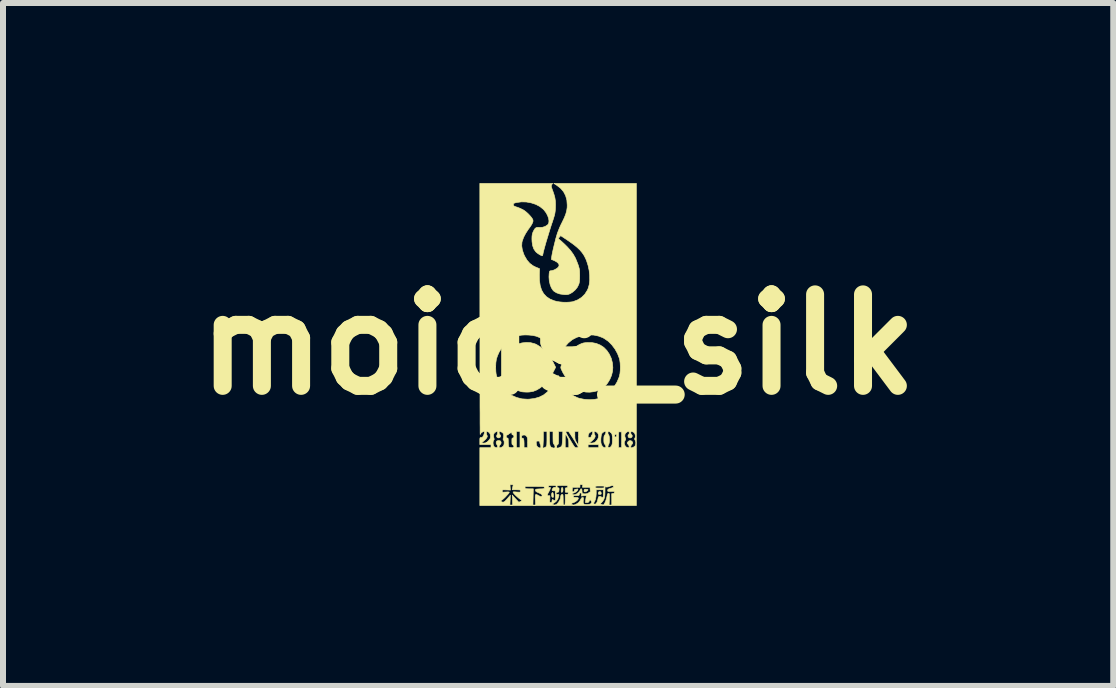
<source format=kicad_pcb>
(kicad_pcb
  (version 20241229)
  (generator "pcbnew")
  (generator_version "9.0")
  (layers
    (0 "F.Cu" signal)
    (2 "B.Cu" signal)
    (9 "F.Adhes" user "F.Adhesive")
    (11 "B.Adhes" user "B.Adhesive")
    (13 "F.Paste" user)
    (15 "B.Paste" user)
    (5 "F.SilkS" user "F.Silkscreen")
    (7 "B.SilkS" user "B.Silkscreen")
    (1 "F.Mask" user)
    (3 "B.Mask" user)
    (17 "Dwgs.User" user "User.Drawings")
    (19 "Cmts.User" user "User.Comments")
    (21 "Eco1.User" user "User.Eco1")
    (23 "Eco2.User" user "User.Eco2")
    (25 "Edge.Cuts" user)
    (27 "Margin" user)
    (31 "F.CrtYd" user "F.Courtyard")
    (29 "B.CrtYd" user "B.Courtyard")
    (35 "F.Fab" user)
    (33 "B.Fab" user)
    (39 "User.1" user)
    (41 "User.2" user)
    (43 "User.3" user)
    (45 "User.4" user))
  (footprint "moids_silk"
    (layer "F.Cu")
    (at 6.248 2.689)
    (property "Reference" "moids_silk" (at 0 0 0) (layer "F.SilkS") (effects (font (size 1.524 1.524) (thickness 0.3))))
    (attr through_hole)
    (fp_poly (pts (xy -0.084 2.476) (xy -0.079 2.497) (xy -0.078 2.509) (xy -0.077 2.534) (xy -0.081 2.546) (xy -0.088 2.548) (xy -0.1 2.541) (xy -0.107 2.527) (xy -0.109 2.505) (xy -0.106 2.483) (xy -0.099 2.469) (xy -0.091 2.466) (xy -0.084 2.476)) (stroke (width 0.01) (type solid)) (fill yes) (layer "F.SilkS"))
    (fp_poly (pts (xy 0.711 2.455) (xy 0.717 2.469) (xy 0.718 2.474) (xy 0.718 2.491) (xy 0.71 2.497) (xy 0.694 2.498) (xy 0.676 2.496) (xy 0.67 2.488) (xy 0.67 2.474) (xy 0.676 2.457) (xy 0.69 2.451) (xy 0.694 2.451) (xy 0.711 2.455)) (stroke (width 0.01) (type solid)) (fill yes) (layer "F.SilkS"))
    (fp_poly (pts (xy 0.077 2.39) (xy 0.081 2.408) (xy 0.081 2.429) (xy 0.077 2.449) (xy 0.068 2.461) (xy 0.065 2.462) (xy 0.056 2.462) (xy 0.052 2.454) (xy 0.052 2.434) (xy 0.052 2.424) (xy 0.056 2.398) (xy 0.062 2.385) (xy 0.068 2.383) (xy 0.077 2.39)) (stroke (width 0.01) (type solid)) (fill yes) (layer "F.SilkS"))
    (fp_poly (pts (xy 0.466 2.412) (xy 0.486 2.414) (xy 0.498 2.417) (xy 0.498 2.417) (xy 0.497 2.426) (xy 0.486 2.437) (xy 0.47 2.449) (xy 0.454 2.455) (xy 0.451 2.455) (xy 0.436 2.453) (xy 0.433 2.441) (xy 0.433 2.432) (xy 0.437 2.417) (xy 0.447 2.411) (xy 0.466 2.412)) (stroke (width 0.01) (type solid)) (fill yes) (layer "F.SilkS"))
    (fp_poly (pts (xy -0.457 -0.03) (xy -0.389 -0.012) (xy -0.364 -0.002) (xy -0.289 0.044) (xy -0.219 0.104) (xy -0.155 0.178) (xy -0.1 0.263) (xy -0.076 0.309) (xy -0.041 0.38) (xy -0.076 0.449) (xy -0.109 0.511) (xy -0.141 0.562) (xy -0.175 0.607) (xy -0.215 0.65) (xy -0.234 0.669) (xy -0.295 0.721) (xy -0.354 0.757) (xy -0.414 0.781) (xy -0.478 0.792) (xy -0.499 0.793) (xy -0.538 0.793) (xy -0.575 0.791) (xy -0.604 0.788) (xy -0.609 0.787) (xy -0.682 0.764) (xy -0.747 0.726) (xy -0.804 0.676) (xy -0.85 0.615) (xy -0.884 0.545) (xy -0.906 0.467) (xy -0.914 0.383) (xy -0.914 0.377) (xy -0.906 0.292) (xy -0.883 0.211) (xy -0.844 0.137) (xy -0.792 0.072) (xy -0.738 0.028) (xy -0.674 -0.005) (xy -0.603 -0.026) (xy -0.53 -0.034) (xy -0.457 -0.03)) (stroke (width 0.01) (type solid)) (fill yes) (layer "F.SilkS"))
    (fp_poly (pts (xy 0.564 -0.031) (xy 0.634 -0.018) (xy 0.7 0.009) (xy 0.701 0.009) (xy 0.761 0.048) (xy 0.812 0.1) (xy 0.854 0.162) (xy 0.886 0.232) (xy 0.905 0.307) (xy 0.912 0.385) (xy 0.907 0.447) (xy 0.89 0.516) (xy 0.861 0.584) (xy 0.823 0.646) (xy 0.777 0.699) (xy 0.727 0.739) (xy 0.713 0.747) (xy 0.657 0.771) (xy 0.592 0.787) (xy 0.526 0.795) (xy 0.462 0.793) (xy 0.407 0.781) (xy 0.401 0.78) (xy 0.328 0.745) (xy 0.258 0.695) (xy 0.192 0.632) (xy 0.133 0.557) (xy 0.082 0.473) (xy 0.055 0.417) (xy 0.047 0.397) (xy 0.045 0.381) (xy 0.048 0.365) (xy 0.057 0.34) (xy 0.059 0.335) (xy 0.084 0.285) (xy 0.117 0.229) (xy 0.157 0.173) (xy 0.198 0.122) (xy 0.234 0.085) (xy 0.273 0.053) (xy 0.317 0.023) (xy 0.353 0.002) (xy 0.391 -0.015) (xy 0.422 -0.025) (xy 0.456 -0.03) (xy 0.486 -0.032) (xy 0.564 -0.031)) (stroke (width 0.01) (type solid)) (fill yes) (layer "F.SilkS"))
    (fp_poly (pts (xy -0.105 -2.663) (xy -0.111 -2.652) (xy -0.114 -2.641) (xy -0.112 -2.626) (xy -0.105 -2.604) (xy -0.093 -2.57) (xy -0.09 -2.563) (xy -0.068 -2.499) (xy -0.053 -2.443) (xy -0.045 -2.389) (xy -0.043 -2.331) (xy -0.044 -2.279) (xy -0.046 -2.244) (xy -0.049 -2.214) (xy -0.053 -2.186) (xy -0.059 -2.158) (xy -0.069 -2.124) (xy -0.082 -2.082) (xy -0.1 -2.027) (xy -0.101 -2.026) (xy -0.119 -1.971) (xy -0.138 -1.91) (xy -0.158 -1.845) (xy -0.178 -1.779) (xy -0.198 -1.714) (xy -0.215 -1.654) (xy -0.23 -1.6) (xy -0.241 -1.557) (xy -0.249 -1.526) (xy -0.25 -1.518) (xy -0.255 -1.496) (xy -0.259 -1.481) (xy -0.26 -1.48) (xy -0.269 -1.478) (xy -0.288 -1.486) (xy -0.312 -1.499) (xy -0.338 -1.516) (xy -0.362 -1.535) (xy -0.375 -1.548) (xy -0.405 -1.592) (xy -0.424 -1.646) (xy -0.434 -1.711) (xy -0.436 -1.757) (xy -0.435 -1.799) (xy -0.431 -1.83) (xy -0.424 -1.856) (xy -0.417 -1.875) (xy -0.398 -1.912) (xy -0.381 -1.936) (xy -0.361 -1.948) (xy -0.337 -1.952) (xy -0.314 -1.95) (xy -0.262 -1.952) (xy -0.214 -1.967) (xy -0.174 -1.994) (xy -0.17 -1.997) (xy -0.156 -2.023) (xy -0.152 -2.058) (xy -0.158 -2.1) (xy -0.174 -2.145) (xy -0.197 -2.19) (xy -0.229 -2.233) (xy -0.246 -2.252) (xy -0.303 -2.298) (xy -0.371 -2.334) (xy -0.448 -2.359) (xy -0.529 -2.374) (xy -0.611 -2.376) (xy -0.692 -2.365) (xy -0.705 -2.362) (xy -0.729 -2.355) (xy -0.741 -2.347) (xy -0.745 -2.334) (xy -0.745 -2.329) (xy -0.743 -2.318) (xy -0.737 -2.309) (xy -0.722 -2.301) (xy -0.695 -2.291) (xy -0.681 -2.287) (xy -0.642 -2.272) (xy -0.601 -2.253) (xy -0.569 -2.236) (xy -0.537 -2.212) (xy -0.503 -2.182) (xy -0.472 -2.15) (xy -0.445 -2.118) (xy -0.426 -2.09) (xy -0.419 -2.073) (xy -0.418 -2.052) (xy -0.426 -2.027) (xy -0.442 -1.996) (xy -0.468 -1.956) (xy -0.495 -1.92) (xy -0.539 -1.853) (xy -0.574 -1.787) (xy -0.597 -1.723) (xy -0.602 -1.704) (xy -0.606 -1.643) (xy -0.596 -1.576) (xy -0.572 -1.504) (xy -0.556 -1.47) (xy -0.517 -1.404) (xy -0.472 -1.352) (xy -0.42 -1.313) (xy -0.373 -1.289) (xy -0.309 -1.263) (xy -0.312 -1.163) (xy -0.31 -1.065) (xy -0.298 -0.98) (xy -0.275 -0.907) (xy -0.241 -0.847) (xy -0.195 -0.797) (xy -0.137 -0.758) (xy -0.067 -0.729) (xy -0.019 -0.716) (xy 0.028 -0.709) (xy 0.082 -0.704) (xy 0.139 -0.703) (xy 0.193 -0.706) (xy 0.237 -0.711) (xy 0.25 -0.714) (xy 0.326 -0.743) (xy 0.391 -0.784) (xy 0.445 -0.837) (xy 0.487 -0.903) (xy 0.502 -0.937) (xy 0.519 -0.999) (xy 0.527 -1.072) (xy 0.526 -1.152) (xy 0.517 -1.235) (xy 0.499 -1.318) (xy 0.473 -1.398) (xy 0.458 -1.433) (xy 0.433 -1.482) (xy 0.402 -1.528) (xy 0.365 -1.572) (xy 0.319 -1.616) (xy 0.262 -1.663) (xy 0.192 -1.713) (xy 0.151 -1.741) (xy 0.043 -1.813) (xy 0.001 -1.765) (xy 0.036 -1.736) (xy 0.056 -1.719) (xy 0.084 -1.693) (xy 0.117 -1.662) (xy 0.15 -1.629) (xy 0.153 -1.626) (xy 0.207 -1.566) (xy 0.252 -1.504) (xy 0.29 -1.437) (xy 0.322 -1.358) (xy 0.336 -1.321) (xy 0.346 -1.287) (xy 0.354 -1.257) (xy 0.358 -1.227) (xy 0.359 -1.191) (xy 0.36 -1.147) (xy 0.359 -1.094) (xy 0.356 -1.054) (xy 0.351 -1.023) (xy 0.344 -1.001) (xy 0.321 -0.954) (xy 0.285 -0.909) (xy 0.241 -0.871) (xy 0.207 -0.85) (xy 0.181 -0.838) (xy 0.158 -0.832) (xy 0.133 -0.83) (xy 0.098 -0.831) (xy 0.095 -0.832) (xy 0.03 -0.841) (xy -0.025 -0.86) (xy -0.069 -0.887) (xy -0.084 -0.902) (xy -0.112 -0.944) (xy -0.133 -0.998) (xy -0.147 -1.06) (xy -0.152 -1.125) (xy -0.149 -1.18) (xy -0.145 -1.207) (xy -0.14 -1.221) (xy -0.131 -1.227) (xy -0.12 -1.228) (xy -0.099 -1.231) (xy -0.071 -1.24) (xy -0.059 -1.245) (xy -0.017 -1.269) (xy 0.008 -1.294) (xy 0.017 -1.32) (xy 0.009 -1.345) (xy -0.016 -1.37) (xy -0.057 -1.394) (xy -0.075 -1.402) (xy -0.112 -1.417) (xy -0.107 -1.457) (xy -0.102 -1.49) (xy -0.093 -1.536) (xy -0.081 -1.59) (xy -0.067 -1.649) (xy -0.052 -1.709) (xy -0.038 -1.766) (xy -0.023 -1.816) (xy -0.013 -1.851) (xy 0.003 -1.892) (xy 0.023 -1.943) (xy 0.047 -1.995) (xy 0.07 -2.041) (xy 0.104 -2.112) (xy 0.128 -2.173) (xy 0.143 -2.228) (xy 0.151 -2.282) (xy 0.152 -2.322) (xy 0.146 -2.406) (xy 0.125 -2.48) (xy 0.091 -2.545) (xy 0.042 -2.602) (xy -0.02 -2.65) (xy -0.072 -2.684) (xy 1.304 -2.684) (xy 1.304 2.684) (xy -1.304 2.684) (xy -1.304 2.609) (xy -0.955 2.609) (xy -0.943 2.618) (xy -0.934 2.623) (xy -0.919 2.627) (xy -0.904 2.624) (xy -0.886 2.612) (xy -0.863 2.588) (xy -0.848 2.572) (xy -0.829 2.55) (xy -0.812 2.53) (xy -0.811 2.529) (xy -0.795 2.51) (xy -0.799 2.593) (xy -0.803 2.675) (xy -0.757 2.675) (xy -0.764 2.51) (xy -0.71 2.569) (xy -0.655 2.628) (xy -0.628 2.617) (xy -0.607 2.605) (xy -0.603 2.596) (xy -0.615 2.588) (xy -0.618 2.587) (xy -0.633 2.578) (xy -0.656 2.56) (xy -0.682 2.537) (xy -0.709 2.513) (xy -0.731 2.49) (xy -0.745 2.472) (xy -0.746 2.47) (xy -0.75 2.461) (xy -0.748 2.457) (xy -0.737 2.455) (xy -0.714 2.456) (xy -0.691 2.458) (xy -0.658 2.46) (xy -0.639 2.46) (xy -0.63 2.457) (xy -0.627 2.45) (xy -0.627 2.442) (xy -0.627 2.432) (xy -0.632 2.426) (xy -0.644 2.423) (xy -0.667 2.422) (xy -0.695 2.421) (xy -0.764 2.421) (xy -0.76 2.394) (xy -0.758 2.385) (xy -0.55 2.385) (xy -0.549 2.395) (xy -0.544 2.401) (xy -0.531 2.403) (xy -0.507 2.404) (xy -0.482 2.405) (xy -0.413 2.405) (xy -0.419 2.675) (xy -0.397 2.675) (xy -0.374 2.675) (xy -0.375 2.661) (xy -0.093 2.661) (xy -0.087 2.666) (xy -0.084 2.667) (xy -0.058 2.675) (xy -0.03 2.666) (xy -0.014 2.653) (xy 0.007 2.628) (xy 0.026 2.596) (xy 0.039 2.564) (xy 0.042 2.543) (xy 0.047 2.514) (xy 0.06 2.499) (xy 0.069 2.498) (xy 0.076 2.499) (xy 0.08 2.505) (xy 0.083 2.519) (xy 0.084 2.543) (xy 0.085 2.581) (xy 0.085 2.587) (xy 0.085 2.626) (xy 0.086 2.652) (xy 0.088 2.667) (xy 0.093 2.674) (xy 0.099 2.675) (xy 0.102 2.675) (xy 0.109 2.674) (xy 0.114 2.669) (xy 0.117 2.656) (xy 0.117 2.646) (xy 0.221 2.646) (xy 0.224 2.658) (xy 0.23 2.665) (xy 0.249 2.675) (xy 0.276 2.671) (xy 0.303 2.659) (xy 0.338 2.637) (xy 0.362 2.609) (xy 0.377 2.58) (xy 0.39 2.557) (xy 0.405 2.549) (xy 0.408 2.548) (xy 0.418 2.55) (xy 0.422 2.556) (xy 0.423 2.572) (xy 0.42 2.596) (xy 0.418 2.63) (xy 0.423 2.652) (xy 0.438 2.663) (xy 0.466 2.667) (xy 0.483 2.667) (xy 0.521 2.663) (xy 0.547 2.652) (xy 0.551 2.646) (xy 0.587 2.646) (xy 0.592 2.653) (xy 0.602 2.658) (xy 0.623 2.659) (xy 0.626 2.657) (xy 0.701 2.657) (xy 0.725 2.665) (xy 0.744 2.672) (xy 0.755 2.675) (xy 0.761 2.668) (xy 0.772 2.65) (xy 0.783 2.631) (xy 0.797 2.596) (xy 0.809 2.556) (xy 0.814 2.533) (xy 0.82 2.504) (xy 0.826 2.488) (xy 0.834 2.481) (xy 0.84 2.481) (xy 0.847 2.482) (xy 0.852 2.486) (xy 0.855 2.497) (xy 0.855 2.518) (xy 0.855 2.55) (xy 0.854 2.578) (xy 0.85 2.675) (xy 0.894 2.675) (xy 0.894 2.58) (xy 0.893 2.485) (xy 0.917 2.482) (xy 0.935 2.476) (xy 0.94 2.463) (xy 0.938 2.454) (xy 0.931 2.449) (xy 0.916 2.447) (xy 0.887 2.448) (xy 0.883 2.448) (xy 0.852 2.45) (xy 0.835 2.448) (xy 0.828 2.444) (xy 0.826 2.435) (xy 0.826 2.431) (xy 0.828 2.418) (xy 0.837 2.41) (xy 0.856 2.402) (xy 0.875 2.397) (xy 0.901 2.388) (xy 0.918 2.381) (xy 0.923 2.377) (xy 0.923 2.363) (xy 0.916 2.353) (xy 0.898 2.351) (xy 0.87 2.359) (xy 0.86 2.363) (xy 0.83 2.373) (xy 0.806 2.375) (xy 0.802 2.375) (xy 0.782 2.369) (xy 0.781 2.453) (xy 0.779 2.509) (xy 0.772 2.553) (xy 0.759 2.588) (xy 0.738 2.618) (xy 0.727 2.63) (xy 0.701 2.657) (xy 0.626 2.657) (xy 0.639 2.645) (xy 0.653 2.616) (xy 0.662 2.582) (xy 0.668 2.554) (xy 0.674 2.539) (xy 0.683 2.533) (xy 0.696 2.532) (xy 0.713 2.534) (xy 0.72 2.54) (xy 0.727 2.547) (xy 0.737 2.548) (xy 0.745 2.547) (xy 0.75 2.54) (xy 0.753 2.524) (xy 0.754 2.496) (xy 0.754 2.485) (xy 0.754 2.421) (xy 0.635 2.421) (xy 0.635 2.484) (xy 0.631 2.537) (xy 0.621 2.584) (xy 0.605 2.621) (xy 0.596 2.635) (xy 0.587 2.646) (xy 0.551 2.646) (xy 0.559 2.635) (xy 0.556 2.614) (xy 0.545 2.598) (xy 0.534 2.588) (xy 0.528 2.59) (xy 0.52 2.606) (xy 0.52 2.608) (xy 0.508 2.626) (xy 0.492 2.633) (xy 0.482 2.633) (xy 0.455 2.633) (xy 0.46 2.587) (xy 0.464 2.559) (xy 0.468 2.536) (xy 0.471 2.528) (xy 0.471 2.521) (xy 0.463 2.518) (xy 0.443 2.519) (xy 0.432 2.52) (xy 0.388 2.526) (xy 0.391 2.501) (xy 0.39 2.483) (xy 0.381 2.475) (xy 0.375 2.474) (xy 0.361 2.475) (xy 0.355 2.488) (xy 0.354 2.495) (xy 0.352 2.508) (xy 0.345 2.515) (xy 0.331 2.518) (xy 0.305 2.517) (xy 0.303 2.517) (xy 0.275 2.517) (xy 0.26 2.519) (xy 0.255 2.525) (xy 0.254 2.532) (xy 0.256 2.542) (xy 0.266 2.547) (xy 0.288 2.548) (xy 0.296 2.548) (xy 0.324 2.55) (xy 0.337 2.557) (xy 0.336 2.571) (xy 0.325 2.589) (xy 0.309 2.605) (xy 0.284 2.622) (xy 0.257 2.635) (xy 0.235 2.642) (xy 0.233 2.642) (xy 0.221 2.646) (xy 0.117 2.646) (xy 0.118 2.634) (xy 0.119 2.598) (xy 0.119 2.587) (xy 0.119 2.498) (xy 0.144 2.498) (xy 0.162 2.495) (xy 0.167 2.489) (xy 0.234 2.489) (xy 0.238 2.494) (xy 0.257 2.505) (xy 0.285 2.502) (xy 0.305 2.493) (xy 0.324 2.479) (xy 0.345 2.459) (xy 0.362 2.437) (xy 0.372 2.419) (xy 0.373 2.414) (xy 0.379 2.406) (xy 0.385 2.405) (xy 0.394 2.41) (xy 0.397 2.427) (xy 0.398 2.442) (xy 0.4 2.467) (xy 0.408 2.481) (xy 0.426 2.488) (xy 0.456 2.489) (xy 0.458 2.489) (xy 0.492 2.483) (xy 0.508 2.472) (xy 0.523 2.46) (xy 0.534 2.455) (xy 0.54 2.449) (xy 0.539 2.442) (xy 0.535 2.424) (xy 0.533 2.404) (xy 0.533 2.379) (xy 0.405 2.379) (xy 0.406 2.375) (xy 0.618 2.375) (xy 0.619 2.383) (xy 0.625 2.388) (xy 0.639 2.391) (xy 0.664 2.392) (xy 0.694 2.392) (xy 0.73 2.392) (xy 0.753 2.39) (xy 0.765 2.387) (xy 0.77 2.382) (xy 0.77 2.375) (xy 0.769 2.366) (xy 0.764 2.361) (xy 0.75 2.359) (xy 0.726 2.358) (xy 0.694 2.358) (xy 0.658 2.358) (xy 0.636 2.36) (xy 0.624 2.363) (xy 0.619 2.368) (xy 0.618 2.375) (xy 0.406 2.375) (xy 0.41 2.358) (xy 0.411 2.342) (xy 0.403 2.337) (xy 0.384 2.334) (xy 0.377 2.332) (xy 0.368 2.332) (xy 0.364 2.344) (xy 0.364 2.353) (xy 0.364 2.379) (xy 0.239 2.379) (xy 0.236 2.417) (xy 0.235 2.441) (xy 0.238 2.452) (xy 0.247 2.455) (xy 0.252 2.455) (xy 0.267 2.451) (xy 0.271 2.436) (xy 0.271 2.434) (xy 0.275 2.417) (xy 0.287 2.413) (xy 0.308 2.41) (xy 0.317 2.408) (xy 0.328 2.407) (xy 0.33 2.416) (xy 0.323 2.431) (xy 0.307 2.448) (xy 0.305 2.45) (xy 0.281 2.466) (xy 0.256 2.476) (xy 0.254 2.477) (xy 0.237 2.482) (xy 0.234 2.489) (xy 0.167 2.489) (xy 0.169 2.486) (xy 0.169 2.478) (xy 0.167 2.464) (xy 0.157 2.461) (xy 0.144 2.462) (xy 0.128 2.463) (xy 0.121 2.459) (xy 0.119 2.444) (xy 0.119 2.427) (xy 0.119 2.403) (xy 0.123 2.391) (xy 0.133 2.388) (xy 0.14 2.388) (xy 0.156 2.384) (xy 0.161 2.37) (xy 0.161 2.369) (xy 0.16 2.36) (xy 0.156 2.355) (xy 0.145 2.351) (xy 0.125 2.35) (xy 0.092 2.35) (xy 0.072 2.349) (xy 0.032 2.35) (xy 0.007 2.351) (xy -0.008 2.353) (xy -0.015 2.357) (xy -0.017 2.364) (xy -0.017 2.369) (xy -0.012 2.384) (xy 0.000487 2.388) (xy 0.011 2.39) (xy 0.016 2.399) (xy 0.016 2.42) (xy 0.015 2.424) (xy 0.012 2.447) (xy 0.006 2.458) (xy -0.008 2.462) (xy -0.011 2.462) (xy -0.029 2.469) (xy -0.034 2.481) (xy -0.03 2.493) (xy -0.014 2.498) (xy -0.009 2.498) (xy 0.008 2.499) (xy 0.014 2.507) (xy 0.011 2.525) (xy -0.004 2.573) (xy -0.03 2.611) (xy -0.057 2.634) (xy -0.08 2.648) (xy -0.091 2.656) (xy -0.093 2.661) (xy -0.375 2.661) (xy -0.379 2.587) (xy -0.381 2.544) (xy -0.38 2.516) (xy -0.375 2.502) (xy -0.365 2.499) (xy -0.348 2.505) (xy -0.323 2.519) (xy -0.298 2.531) (xy -0.283 2.535) (xy -0.274 2.53) (xy -0.264 2.516) (xy -0.265 2.514) (xy -0.178 2.514) (xy -0.167 2.521) (xy -0.149 2.519) (xy -0.141 2.519) (xy -0.137 2.524) (xy -0.136 2.539) (xy -0.137 2.566) (xy -0.137 2.574) (xy -0.139 2.605) (xy -0.139 2.623) (xy -0.135 2.631) (xy -0.127 2.633) (xy -0.122 2.633) (xy -0.107 2.63) (xy -0.102 2.618) (xy -0.102 2.608) (xy -0.098 2.589) (xy -0.09 2.582) (xy -0.08 2.591) (xy -0.068 2.598) (xy -0.059 2.599) (xy -0.052 2.598) (xy -0.047 2.592) (xy -0.045 2.578) (xy -0.044 2.553) (xy -0.045 2.519) (xy -0.047 2.438) (xy -0.074 2.438) (xy -0.095 2.435) (xy -0.101 2.424) (xy -0.093 2.405) (xy -0.088 2.397) (xy -0.071 2.382) (xy -0.054 2.381) (xy -0.039 2.381) (xy -0.034 2.371) (xy -0.034 2.367) (xy -0.035 2.358) (xy -0.041 2.353) (xy -0.056 2.35) (xy -0.083 2.35) (xy -0.097 2.349) (xy -0.13 2.35) (xy -0.149 2.352) (xy -0.158 2.356) (xy -0.161 2.363) (xy -0.161 2.368) (xy -0.158 2.381) (xy -0.145 2.382) (xy -0.143 2.381) (xy -0.13 2.38) (xy -0.128 2.387) (xy -0.13 2.401) (xy -0.138 2.422) (xy -0.152 2.45) (xy -0.162 2.467) (xy -0.176 2.496) (xy -0.178 2.514) (xy -0.265 2.514) (xy -0.27 2.502) (xy -0.291 2.486) (xy -0.322 2.472) (xy -0.351 2.459) (xy -0.368 2.449) (xy -0.375 2.439) (xy -0.377 2.429) (xy -0.376 2.419) (xy -0.371 2.413) (xy -0.36 2.41) (xy -0.338 2.408) (xy -0.303 2.406) (xy -0.267 2.405) (xy -0.245 2.403) (xy -0.234 2.399) (xy -0.229 2.393) (xy -0.229 2.385) (xy -0.229 2.379) (xy -0.232 2.374) (xy -0.239 2.371) (xy -0.253 2.368) (xy -0.276 2.367) (xy -0.31 2.367) (xy -0.358 2.366) (xy -0.389 2.366) (xy -0.55 2.366) (xy -0.55 2.385) (xy -0.758 2.385) (xy -0.755 2.37) (xy -0.75 2.352) (xy -0.748 2.342) (xy -0.757 2.337) (xy -0.772 2.337) (xy -0.801 2.337) (xy -0.798 2.381) (xy -0.794 2.426) (xy -0.863 2.423) (xy -0.897 2.422) (xy -0.917 2.422) (xy -0.927 2.425) (xy -0.931 2.432) (xy -0.931 2.441) (xy -0.931 2.453) (xy -0.926 2.459) (xy -0.914 2.461) (xy -0.892 2.459) (xy -0.872 2.458) (xy -0.837 2.456) (xy -0.817 2.458) (xy -0.813 2.462) (xy -0.819 2.473) (xy -0.834 2.493) (xy -0.855 2.516) (xy -0.879 2.542) (xy -0.903 2.565) (xy -0.923 2.582) (xy -0.932 2.589) (xy -0.951 2.601) (xy -0.955 2.609) (xy -1.304 2.609) (xy -1.304 1.719) (xy -1.118 1.719) (xy -1.118 1.668) (xy -1.304 1.668) (xy -1.304 1.644) (xy -1.084 1.644) (xy -1.078 1.681) (xy -1.063 1.706) (xy -1.039 1.718) (xy -1.029 1.719) (xy -1.013 1.715) (xy -1.008 1.701) (xy -1.008 1.699) (xy -1.013 1.678) (xy -1.02 1.668) (xy -1.031 1.649) (xy -1.031 1.626) (xy -1.023 1.61) (xy -1.007 1.603) (xy -0.991 1.6) (xy -0.97 1.604) (xy -0.958 1.61) (xy -0.949 1.63) (xy -0.952 1.653) (xy -0.965 1.67) (xy -0.979 1.687) (xy -0.982 1.703) (xy -0.981 1.718) (xy -0.974 1.722) (xy -0.956 1.719) (xy -0.955 1.718) (xy -0.931 1.707) (xy -0.912 1.693) (xy -0.902 1.671) (xy -0.898 1.644) (xy -0.899 1.616) (xy -0.906 1.596) (xy -0.91 1.592) (xy -0.918 1.578) (xy -0.914 1.566) (xy -0.909 1.547) (xy -0.907 1.532) (xy -0.864 1.532) (xy -0.861 1.551) (xy -0.851 1.558) (xy -0.847 1.558) (xy -0.838 1.559) (xy -0.833 1.566) (xy -0.831 1.58) (xy -0.83 1.607) (xy -0.83 1.628) (xy -0.828 1.667) (xy -0.825 1.695) (xy -0.82 1.709) (xy -0.805 1.715) (xy -0.782 1.718) (xy -0.773 1.719) (xy -0.75 1.718) (xy -0.74 1.713) (xy -0.737 1.702) (xy -0.737 1.699) (xy -0.743 1.68) (xy -0.754 1.674) (xy -0.763 1.669) (xy -0.768 1.659) (xy -0.77 1.64) (xy -0.77 1.614) (xy -0.77 1.584) (xy -0.768 1.567) (xy -0.762 1.559) (xy -0.754 1.558) (xy -0.741 1.554) (xy -0.737 1.539) (xy -0.737 1.532) (xy -0.739 1.514) (xy -0.749 1.507) (xy -0.754 1.507) (xy -0.767 1.502) (xy -0.77 1.486) (xy -0.77 1.485) (xy -0.773 1.47) (xy -0.777 1.466) (xy -0.806 1.481) (xy -0.823 1.491) (xy -0.829 1.498) (xy -0.83 1.5) (xy -0.837 1.506) (xy -0.847 1.507) (xy -0.859 1.511) (xy -0.863 1.526) (xy -0.864 1.532) (xy -0.907 1.532) (xy -0.906 1.522) (xy -0.906 1.517) (xy -0.912 1.486) (xy -0.93 1.465) (xy -0.959 1.453) (xy -0.975 1.451) (xy -0.981 1.458) (xy -0.982 1.472) (xy -0.978 1.492) (xy -0.969 1.502) (xy -0.959 1.513) (xy -0.958 1.531) (xy -0.968 1.548) (xy -0.969 1.549) (xy -0.988 1.557) (xy -1.008 1.553) (xy -1.022 1.54) (xy -1.024 1.529) (xy -1.021 1.511) (xy -1.016 1.503) (xy -1.01 1.491) (xy -1.008 1.472) (xy -1.009 1.455) (xy -1.016 1.45) (xy -1.027 1.452) (xy -1.056 1.468) (xy -1.072 1.492) (xy -1.075 1.517) (xy -1.073 1.543) (xy -1.068 1.564) (xy -1.067 1.566) (xy -1.064 1.582) (xy -1.071 1.592) (xy -1.08 1.609) (xy -1.084 1.639) (xy -1.084 1.644) (xy -1.304 1.644) (xy -1.304 1.636) (xy -1.274 1.636) (xy -1.271 1.64) (xy -1.255 1.642) (xy -1.241 1.643) (xy -1.217 1.641) (xy -1.199 1.636) (xy -1.18 1.622) (xy -1.163 1.606) (xy -1.142 1.583) (xy -1.131 1.565) (xy -1.127 1.546) (xy -1.126 1.53) (xy -1.132 1.492) (xy -1.15 1.465) (xy -1.175 1.452) (xy -1.188 1.45) (xy -1.193 1.458) (xy -1.194 1.475) (xy -1.191 1.498) (xy -1.185 1.513) (xy -1.184 1.513) (xy -1.179 1.529) (xy -1.186 1.551) (xy -1.204 1.576) (xy -1.229 1.6) (xy -1.231 1.602) (xy -1.252 1.619) (xy -1.269 1.631) (xy -1.274 1.636) (xy -1.304 1.636) (xy -1.304 1.609) (xy -1.304 1.578) (xy -1.302 1.56) (xy -1.297 1.552) (xy -1.288 1.549) (xy -1.281 1.549) (xy -1.263 1.546) (xy -1.251 1.532) (xy -1.242 1.517) (xy -1.233 1.492) (xy -1.228 1.469) (xy -1.228 1.466) (xy -1.23 1.452) (xy -1.242 1.451) (xy -1.247 1.452) (xy -1.276 1.468) (xy -1.295 1.491) (xy -1.298 1.502) (xy -1.298 1.495) (xy -1.299 1.472) (xy -1.299 1.448) (xy -0.694 1.448) (xy -0.694 1.719) (xy -0.635 1.719) (xy -0.635 1.54) (xy -0.608 1.54) (xy -0.608 1.559) (xy -0.602 1.563) (xy -0.601 1.562) (xy -0.586 1.56) (xy -0.576 1.573) (xy -0.569 1.603) (xy -0.567 1.648) (xy -0.567 1.719) (xy -0.508 1.719) (xy -0.508 1.64) (xy -0.364 1.64) (xy -0.359 1.68) (xy -0.342 1.707) (xy -0.313 1.722) (xy -0.294 1.726) (xy -0.29 1.72) (xy -0.289 1.71) (xy -0.254 1.71) (xy -0.253 1.723) (xy -0.248 1.726) (xy -0.236 1.723) (xy -0.214 1.713) (xy -0.201 1.704) (xy -0.195 1.696) (xy -0.191 1.685) (xy -0.188 1.667) (xy -0.187 1.639) (xy -0.186 1.598) (xy -0.186 1.569) (xy -0.186 1.448) (xy -0.144 1.448) (xy -0.144 1.557) (xy -0.143 1.612) (xy -0.14 1.653) (xy -0.135 1.681) (xy -0.127 1.7) (xy -0.114 1.712) (xy -0.102 1.718) (xy -0.074 1.726) (xy -0.058 1.724) (xy -0.051 1.713) (xy -0.051 1.703) (xy -0.051 1.702) (xy -0.025 1.702) (xy -0.023 1.719) (xy -0.014 1.726) (xy 0.005 1.724) (xy 0.024 1.718) (xy 0.046 1.706) (xy 0.061 1.69) (xy 0.061 1.69) (xy 0.065 1.675) (xy 0.069 1.647) (xy 0.072 1.61) (xy 0.072 1.604) (xy 0.119 1.604) (xy 0.119 1.719) (xy 0.178 1.719) (xy 0.178 1.651) (xy 0.177 1.614) (xy 0.174 1.588) (xy 0.166 1.565) (xy 0.153 1.54) (xy 0.152 1.537) (xy 0.138 1.513) (xy 0.127 1.496) (xy 0.122 1.49) (xy 0.121 1.498) (xy 0.12 1.52) (xy 0.119 1.552) (xy 0.119 1.593) (xy 0.119 1.604) (xy 0.072 1.604) (xy 0.074 1.567) (xy 0.075 1.56) (xy 0.078 1.454) (xy 0.129 1.454) (xy 0.13 1.462) (xy 0.136 1.476) (xy 0.148 1.499) (xy 0.167 1.533) (xy 0.187 1.566) (xy 0.217 1.617) (xy 0.24 1.655) (xy 0.257 1.682) (xy 0.269 1.7) (xy 0.279 1.711) (xy 0.287 1.717) (xy 0.295 1.719) (xy 0.304 1.719) (xy 0.309 1.719) (xy 0.329 1.718) (xy 0.338 1.715) (xy 0.339 1.715) (xy 0.334 1.705) (xy 0.323 1.684) (xy 0.305 1.654) (xy 0.284 1.619) (xy 0.26 1.581) (xy 0.237 1.544) (xy 0.214 1.509) (xy 0.195 1.48) (xy 0.181 1.46) (xy 0.174 1.451) (xy 0.173 1.451) (xy 0.157 1.449) (xy 0.141 1.449) (xy 0.133 1.451) (xy 0.129 1.454) (xy 0.078 1.454) (xy 0.078 1.448) (xy 0.279 1.448) (xy 0.279 1.516) (xy 0.28 1.553) (xy 0.283 1.578) (xy 0.29 1.6) (xy 0.302 1.623) (xy 0.307 1.631) (xy 0.321 1.654) (xy 0.332 1.671) (xy 0.336 1.676) (xy 0.337 1.668) (xy 0.337 1.668) (xy 0.5 1.668) (xy 0.5 1.719) (xy 0.677 1.719) (xy 0.677 1.668) (xy 0.5 1.668) (xy 0.337 1.668) (xy 0.338 1.647) (xy 0.338 1.641) (xy 0.521 1.641) (xy 0.533 1.642) (xy 0.555 1.643) (xy 0.586 1.64) (xy 0.609 1.631) (xy 0.629 1.617) (xy 0.635 1.609) (xy 0.712 1.609) (xy 0.714 1.64) (xy 0.715 1.645) (xy 0.726 1.678) (xy 0.744 1.703) (xy 0.765 1.717) (xy 0.775 1.719) (xy 0.791 1.715) (xy 0.796 1.7) (xy 0.796 1.699) (xy 0.79 1.678) (xy 0.779 1.664) (xy 0.77 1.652) (xy 0.765 1.636) (xy 0.762 1.611) (xy 0.762 1.586) (xy 0.763 1.551) (xy 0.766 1.529) (xy 0.773 1.514) (xy 0.779 1.507) (xy 0.789 1.491) (xy 0.795 1.472) (xy 0.795 1.471) (xy 0.83 1.471) (xy 0.832 1.49) (xy 0.841 1.505) (xy 0.842 1.507) (xy 0.85 1.522) (xy 0.854 1.548) (xy 0.856 1.58) (xy 0.855 1.614) (xy 0.851 1.643) (xy 0.844 1.663) (xy 0.843 1.664) (xy 0.833 1.685) (xy 0.83 1.7) (xy 0.836 1.715) (xy 0.85 1.719) (xy 0.869 1.711) (xy 0.88 1.702) (xy 0.894 1.682) (xy 0.902 1.653) (xy 0.905 1.613) (xy 0.905 1.558) (xy 0.905 1.557) (xy 0.903 1.522) (xy 0.902 1.521) (xy 0.94 1.521) (xy 0.944 1.537) (xy 0.957 1.541) (xy 0.969 1.537) (xy 0.974 1.522) (xy 0.974 1.516) (xy 0.972 1.499) (xy 0.964 1.495) (xy 0.957 1.496) (xy 0.943 1.507) (xy 0.94 1.521) (xy 0.902 1.521) (xy 0.899 1.5) (xy 0.893 1.485) (xy 0.884 1.473) (xy 0.878 1.468) (xy 0.861 1.456) (xy 1.008 1.456) (xy 1.008 1.719) (xy 1.058 1.719) (xy 1.058 1.647) (xy 1.102 1.647) (xy 1.112 1.68) (xy 1.113 1.681) (xy 1.128 1.704) (xy 1.151 1.716) (xy 1.153 1.717) (xy 1.172 1.721) (xy 1.181 1.717) (xy 1.184 1.705) (xy 1.18 1.684) (xy 1.169 1.668) (xy 1.155 1.652) (xy 1.153 1.639) (xy 1.164 1.621) (xy 1.165 1.619) (xy 1.184 1.604) (xy 1.209 1.602) (xy 1.231 1.613) (xy 1.231 1.614) (xy 1.243 1.634) (xy 1.239 1.654) (xy 1.228 1.666) (xy 1.215 1.685) (xy 1.211 1.703) (xy 1.212 1.718) (xy 1.219 1.722) (xy 1.237 1.719) (xy 1.238 1.718) (xy 1.262 1.707) (xy 1.281 1.693) (xy 1.292 1.667) (xy 1.295 1.635) (xy 1.288 1.605) (xy 1.282 1.593) (xy 1.273 1.576) (xy 1.277 1.564) (xy 1.286 1.546) (xy 1.287 1.52) (xy 1.281 1.493) (xy 1.27 1.473) (xy 1.255 1.461) (xy 1.245 1.456) (xy 1.231 1.453) (xy 1.224 1.451) (xy 1.215 1.451) (xy 1.211 1.464) (xy 1.211 1.471) (xy 1.215 1.492) (xy 1.223 1.502) (xy 1.234 1.513) (xy 1.235 1.531) (xy 1.226 1.548) (xy 1.207 1.557) (xy 1.185 1.555) (xy 1.169 1.543) (xy 1.169 1.542) (xy 1.164 1.523) (xy 1.167 1.507) (xy 1.177 1.499) (xy 1.178 1.499) (xy 1.183 1.491) (xy 1.185 1.474) (xy 1.185 1.473) (xy 1.183 1.455) (xy 1.175 1.449) (xy 1.156 1.454) (xy 1.149 1.457) (xy 1.124 1.477) (xy 1.112 1.505) (xy 1.113 1.537) (xy 1.121 1.559) (xy 1.127 1.576) (xy 1.123 1.591) (xy 1.116 1.6) (xy 1.104 1.622) (xy 1.102 1.647) (xy 1.058 1.647) (xy 1.058 1.456) (xy 1.008 1.456) (xy 0.861 1.456) (xy 0.859 1.455) (xy 0.844 1.448) (xy 0.842 1.448) (xy 0.833 1.455) (xy 0.83 1.471) (xy 0.795 1.471) (xy 0.795 1.455) (xy 0.789 1.448) (xy 0.788 1.448) (xy 0.766 1.454) (xy 0.743 1.468) (xy 0.729 1.484) (xy 0.721 1.504) (xy 0.716 1.535) (xy 0.712 1.572) (xy 0.712 1.609) (xy 0.635 1.609) (xy 0.654 1.588) (xy 0.669 1.556) (xy 0.674 1.522) (xy 0.668 1.492) (xy 0.653 1.468) (xy 0.634 1.457) (xy 0.615 1.451) (xy 0.604 1.448) (xy 0.604 1.448) (xy 0.601 1.455) (xy 0.601 1.471) (xy 0.604 1.489) (xy 0.608 1.501) (xy 0.61 1.503) (xy 0.616 1.514) (xy 0.618 1.531) (xy 0.611 1.553) (xy 0.592 1.579) (xy 0.563 1.607) (xy 0.534 1.629) (xy 0.522 1.637) (xy 0.521 1.641) (xy 0.338 1.641) (xy 0.338 1.614) (xy 0.339 1.574) (xy 0.339 1.562) (xy 0.339 1.529) (xy 0.5 1.529) (xy 0.502 1.543) (xy 0.514 1.549) (xy 0.525 1.549) (xy 0.544 1.547) (xy 0.55 1.536) (xy 0.55 1.534) (xy 0.556 1.515) (xy 0.563 1.507) (xy 0.572 1.491) (xy 0.576 1.472) (xy 0.575 1.455) (xy 0.571 1.449) (xy 0.558 1.452) (xy 0.544 1.457) (xy 0.519 1.474) (xy 0.503 1.503) (xy 0.5 1.529) (xy 0.339 1.529) (xy 0.339 1.448) (xy 0.279 1.448) (xy 0.078 1.448) (xy 0.008 1.448) (xy 0.008 1.553) (xy 0.008 1.598) (xy 0.007 1.628) (xy 0.005 1.647) (xy 0.002 1.659) (xy -0.004 1.665) (xy -0.008 1.668) (xy -0.023 1.685) (xy -0.025 1.702) (xy -0.051 1.702) (xy -0.057 1.679) (xy -0.068 1.664) (xy -0.075 1.655) (xy -0.08 1.644) (xy -0.083 1.627) (xy -0.084 1.599) (xy -0.085 1.559) (xy -0.085 1.548) (xy -0.085 1.448) (xy -0.144 1.448) (xy -0.186 1.448) (xy -0.246 1.448) (xy -0.246 1.543) (xy -0.246 1.587) (xy -0.248 1.63) (xy -0.25 1.666) (xy -0.251 1.684) (xy -0.254 1.71) (xy -0.289 1.71) (xy -0.288 1.702) (xy -0.288 1.698) (xy -0.29 1.677) (xy -0.296 1.664) (xy -0.296 1.664) (xy -0.302 1.652) (xy -0.305 1.634) (xy -0.307 1.617) (xy -0.315 1.61) (xy -0.334 1.609) (xy -0.354 1.61) (xy -0.362 1.617) (xy -0.364 1.634) (xy -0.364 1.64) (xy -0.508 1.64) (xy -0.508 1.635) (xy -0.508 1.595) (xy -0.51 1.568) (xy -0.514 1.549) (xy -0.521 1.536) (xy -0.526 1.529) (xy -0.542 1.513) (xy -0.562 1.508) (xy -0.575 1.509) (xy -0.595 1.512) (xy -0.605 1.521) (xy -0.608 1.54) (xy -0.635 1.54) (xy -0.635 1.448) (xy -0.694 1.448) (xy -1.299 1.448) (xy -1.299 1.434) (xy -1.299 1.38) (xy -1.3 1.313) (xy -1.3 1.232) (xy -1.3 1.139) (xy -1.301 1.034) (xy -1.301 0.917) (xy -1.301 0.79) (xy -1.301 0.653) (xy -1.302 0.507) (xy -1.302 0.373) (xy -1.04 0.373) (xy -1.039 0.406) (xy -1.037 0.453) (xy -1.033 0.489) (xy -1.027 0.519) (xy -1.018 0.549) (xy -1.01 0.569) (xy -0.967 0.656) (xy -0.913 0.732) (xy -0.848 0.796) (xy -0.774 0.847) (xy -0.692 0.883) (xy -0.603 0.906) (xy -0.509 0.912) (xy -0.483 0.911) (xy -0.393 0.9) (xy -0.314 0.877) (xy -0.243 0.842) (xy -0.18 0.792) (xy -0.123 0.729) (xy -0.071 0.65) (xy -0.041 0.594) (xy -0.001 0.514) (xy 0.024 0.57) (xy 0.071 0.659) (xy 0.125 0.736) (xy 0.186 0.8) (xy 0.251 0.851) (xy 0.321 0.886) (xy 0.356 0.898) (xy 0.438 0.914) (xy 0.523 0.92) (xy 0.605 0.915) (xy 0.68 0.9) (xy 0.687 0.898) (xy 0.756 0.868) (xy 0.822 0.824) (xy 0.883 0.767) (xy 0.937 0.7) (xy 0.982 0.626) (xy 1.016 0.546) (xy 1.021 0.529) (xy 1.031 0.484) (xy 1.036 0.429) (xy 1.037 0.369) (xy 1.034 0.31) (xy 1.027 0.258) (xy 1.021 0.233) (xy 0.99 0.152) (xy 0.947 0.075) (xy 0.895 0.006) (xy 0.836 -0.053) (xy 0.771 -0.098) (xy 0.745 -0.113) (xy 0.67 -0.141) (xy 0.593 -0.157) (xy 0.508 -0.159) (xy 0.487 -0.158) (xy 0.395 -0.145) (xy 0.311 -0.119) (xy 0.236 -0.08) (xy 0.17 -0.026) (xy 0.11 0.043) (xy 0.057 0.126) (xy 0.028 0.185) (xy -0.002 0.249) (xy -0.03 0.187) (xy -0.082 0.092) (xy -0.14 0.012) (xy -0.205 -0.052) (xy -0.277 -0.102) (xy -0.356 -0.135) (xy -0.374 -0.14) (xy -0.426 -0.151) (xy -0.486 -0.157) (xy -0.547 -0.159) (xy -0.605 -0.156) (xy -0.646 -0.149) (xy -0.731 -0.121) (xy -0.808 -0.077) (xy -0.877 -0.019) (xy -0.937 0.053) (xy -0.982 0.127) (xy -1.009 0.187) (xy -1.028 0.244) (xy -1.037 0.305) (xy -1.04 0.373) (xy -1.302 0.373) (xy -1.302 0.352) (xy -1.302 0.19) (xy -1.302 0.021) (xy -1.302 -0.154) (xy -1.303 -0.335) (xy -1.303 -0.521) (xy -1.303 -0.582) (xy -1.304 -2.684) (xy -0.091 -2.684) (xy -0.105 -2.663)) (stroke (width 0.01) (type solid)) (fill yes) (layer "F.SilkS")))
  (gr_rect
    (start -3 -3)
    (end 15.497 8.378)
    (stroke (width 0.1) (type default))
    (fill no)
    (layer "Edge.Cuts")))
</source>
